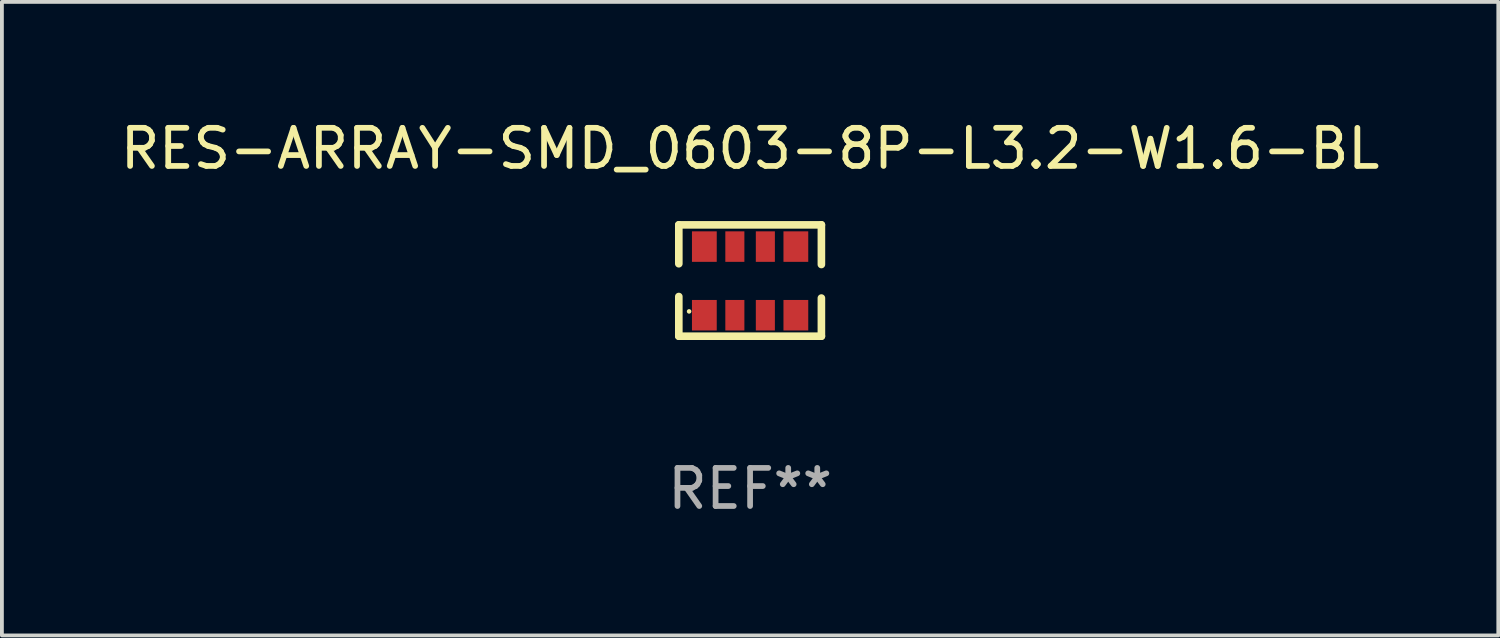
<source format=kicad_pcb>
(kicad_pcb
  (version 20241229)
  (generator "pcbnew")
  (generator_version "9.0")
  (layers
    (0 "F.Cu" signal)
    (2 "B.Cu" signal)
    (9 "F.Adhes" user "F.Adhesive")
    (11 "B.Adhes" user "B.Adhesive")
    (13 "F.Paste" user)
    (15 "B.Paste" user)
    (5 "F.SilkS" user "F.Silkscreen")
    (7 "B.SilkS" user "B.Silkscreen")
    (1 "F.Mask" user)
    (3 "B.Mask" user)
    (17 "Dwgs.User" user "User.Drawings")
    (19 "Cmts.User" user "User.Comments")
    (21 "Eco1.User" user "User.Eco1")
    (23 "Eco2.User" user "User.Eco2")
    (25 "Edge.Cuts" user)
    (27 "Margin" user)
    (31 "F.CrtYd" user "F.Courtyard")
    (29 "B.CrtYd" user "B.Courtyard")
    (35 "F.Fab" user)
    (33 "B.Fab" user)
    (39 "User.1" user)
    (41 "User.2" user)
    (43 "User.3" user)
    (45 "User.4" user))
  (footprint "RES-ARRAY-SMD_0603-8P-L3.2-W1.6-BL"
    (layer "F.Cu")
    (at 16.625 4.318)
    (property "Reference" "RES-ARRAY-SMD_0603-8P-L3.2-W1.6-BL" (at -0.000191 -3.47 0) (layer "F.SilkS") (effects (font (size 1 1) (thickness 0.15))))
    (attr smd)
    (fp_line (start -1.87 1.45) (end -1.87 0.41) (stroke (width 0.2) (type solid)) (layer "F.SilkS"))
    (fp_line (start -1.87 -1.47) (end 1.87 -1.47) (stroke (width 0.2) (type solid)) (layer "F.SilkS"))
    (fp_line (start -1.87 -0.45) (end -1.87 -1.47) (stroke (width 0.2) (type solid)) (layer "F.SilkS"))
    (fp_line (start 1.87 0.45) (end 1.87 1.45) (stroke (width 0.2) (type solid)) (layer "F.SilkS"))
    (fp_line (start 1.87 1.45) (end -1.87 1.45) (stroke (width 0.2) (type solid)) (layer "F.SilkS"))
    (fp_line (start 1.87 -1.47) (end 1.87 -0.43) (stroke (width 0.2) (type solid)) (layer "F.SilkS"))
    (fp_circle (center -1.6 0.8) (end -1.57 0.8) (stroke (width 0.06) (type solid)) (fill no) (layer "F.SilkS"))
    (fp_text user "REF**" (at -0.000191 5.45 0) (layer "F.Fab") (effects (font (size 1 1) (thickness 0.15))))
    (pad "1" smd rect (at -1.2 0.9) (size 0.65 0.8) (layers "F.Cu" "F.Mask" "F.Paste"))
    (pad "2" smd rect (at -0.4 0.9) (size 0.5 0.8) (layers "F.Cu" "F.Mask" "F.Paste"))
    (pad "3" smd rect (at 0.4 0.9) (size 0.5 0.8) (layers "F.Cu" "F.Mask" "F.Paste"))
    (pad "4" smd rect (at 1.2 0.9) (size 0.65 0.8) (layers "F.Cu" "F.Mask" "F.Paste"))
    (pad "5" smd rect (at 1.2 -0.9) (size 0.65 0.8) (layers "F.Cu" "F.Mask" "F.Paste"))
    (pad "6" smd rect (at 0.4 -0.9) (size 0.5 0.8) (layers "F.Cu" "F.Mask" "F.Paste"))
    (pad "7" smd rect (at -0.4 -0.9) (size 0.5 0.8) (layers "F.Cu" "F.Mask" "F.Paste"))
    (pad "8" smd rect (at -1.2 -0.9) (size 0.65 0.8) (layers "F.Cu" "F.Mask" "F.Paste")))
  (gr_rect
    (start -3 -3)
    (end 36.25 13.617)
    (stroke (width 0.1) (type default))
    (fill no)
    (layer "Edge.Cuts")))
</source>
